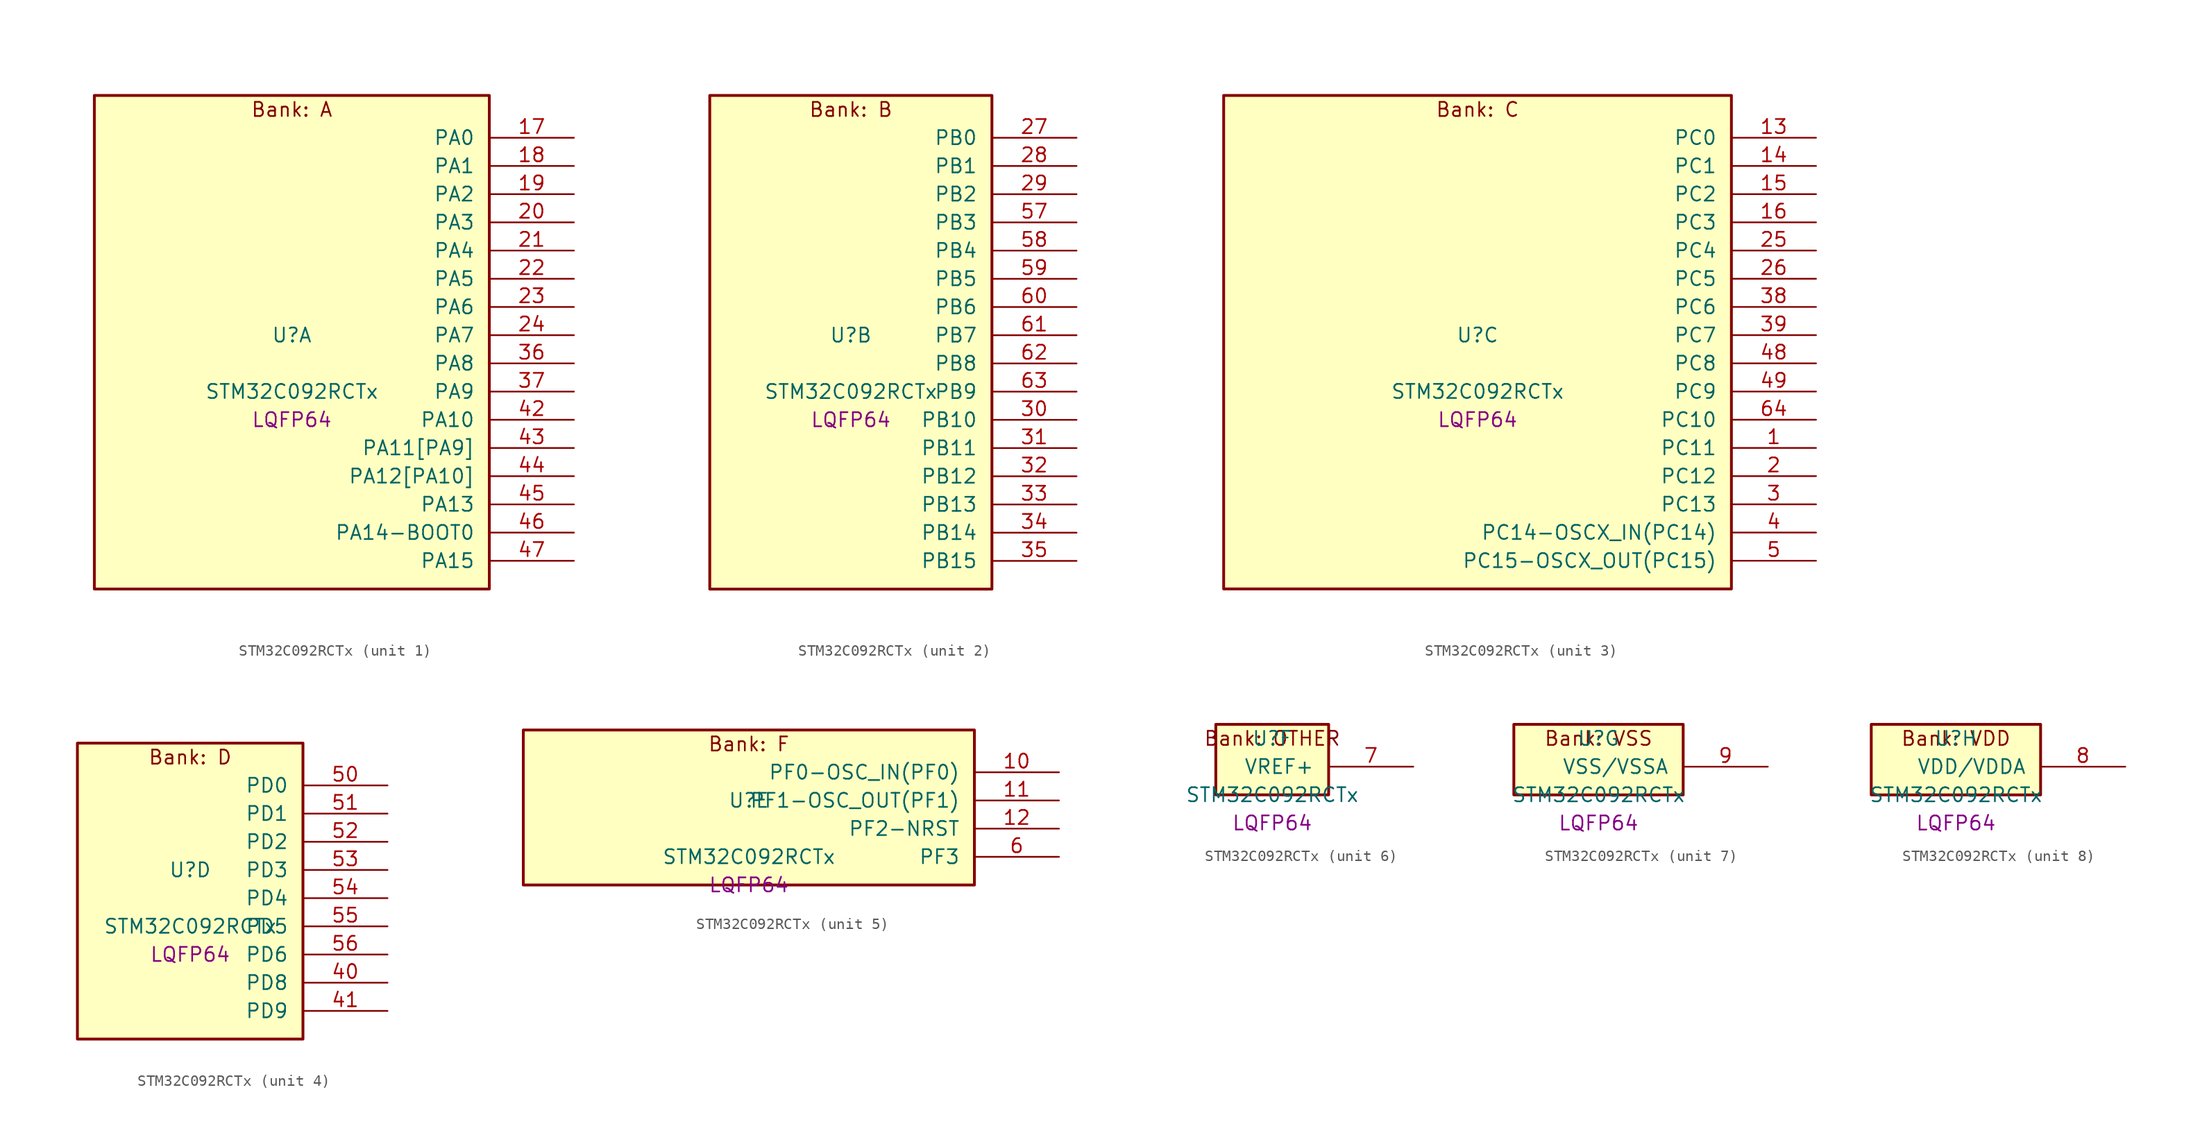
<source format=kicad_sym>
(kicad_symbol_lib
  (version 20241209)
  (generator "stm32_pkl_generator")
  (generator_version "1.0")
  (symbol "STM32C092RCTx"
    (pin_names
      (offset 1.27))
    (property "Reference" "U"
      (at 0 2.54 0))
    (property "Value" "STM32C092RCTx"
      (at 0 -2.54 0))
    (property "Footprint" "LQFP64"
      (at 0 -5.08 0))
    (symbol "STM32C092RCTx_1_1"
      (rectangle (start -17.78 24.13) (end 17.78 -20.32) (stroke (width 0.254) (type solid)) (fill (type background)))
      (text "Bank: A" (at 0 22.86 0))
      (pin bidirectional line (at 25.4 20.32 180) (length 7.62) (name "PA0") (number "17") (alternate "PA0/ADC1_IN0" bidirectional line) (alternate "PA0/PWR_WKUP1" bidirectional line) (alternate "PA0/SPI2_SCK" bidirectional line) (alternate "PA0/TIM16_CH1" bidirectional line) (alternate "PA0/TIM1_CH1" bidirectional line) (alternate "PA0/TIM2_CH1" bidirectional line) (alternate "PA0/TIM2_ETR" bidirectional line) (alternate "PA0/USART1_TX" bidirectional line) (alternate "PA0/USART2_CTS" bidirectional line) (alternate "PA0/USART2_NSS" bidirectional line) (alternate "PA0/USART4_TX" bidirectional line))
      (pin bidirectional line (at 25.4 17.78 180) (length 7.62) (name "PA1") (number "18") (alternate "PA1/ADC1_IN1" bidirectional line) (alternate "PA1/I2C1_SMBA" bidirectional line) (alternate "PA1/I2S1_CK" bidirectional line) (alternate "PA1/SPI1_SCK" bidirectional line) (alternate "PA1/TIM15_CH1N" bidirectional line) (alternate "PA1/TIM17_CH1" bidirectional line) (alternate "PA1/TIM1_CH2" bidirectional line) (alternate "PA1/TIM2_CH2" bidirectional line) (alternate "PA1/USART1_RX" bidirectional line) (alternate "PA1/USART2_CK" bidirectional line) (alternate "PA1/USART2_DE" bidirectional line) (alternate "PA1/USART2_RTS" bidirectional line) (alternate "PA1/USART4_RX" bidirectional line))
      (pin bidirectional line (at 25.4 15.24 180) (length 7.62) (name "PA2") (number "19") (alternate "PA2/ADC1_IN2" bidirectional line) (alternate "PA2/I2S1_SD" bidirectional line) (alternate "PA2/PWR_WKUP4" bidirectional line) (alternate "PA2/RCC_LSCO" bidirectional line) (alternate "PA2/SPI1_MOSI" bidirectional line) (alternate "PA2/TIM15_CH1" bidirectional line) (alternate "PA2/TIM16_CH1N" bidirectional line) (alternate "PA2/TIM1_CH3" bidirectional line) (alternate "PA2/TIM2_CH3" bidirectional line) (alternate "PA2/TIM3_ETR" bidirectional line) (alternate "PA2/USART2_TX" bidirectional line))
      (pin bidirectional line (at 25.4 12.7 180) (length 7.62) (name "PA3") (number "20") (alternate "PA3/ADC1_IN3" bidirectional line) (alternate "PA3/SPI2_MISO" bidirectional line) (alternate "PA3/TIM15_CH2" bidirectional line) (alternate "PA3/TIM1_CH1N" bidirectional line) (alternate "PA3/TIM1_CH4" bidirectional line) (alternate "PA3/TIM2_CH4" bidirectional line) (alternate "PA3/USART2_RX" bidirectional line))
      (pin bidirectional line (at 25.4 10.16 180) (length 7.62) (name "PA4") (number "21") (alternate "PA4/ADC1_IN4" bidirectional line) (alternate "PA4/I2S1_WS" bidirectional line) (alternate "PA4/RTC_OUT2" bidirectional line) (alternate "PA4/SPI1_NSS" bidirectional line) (alternate "PA4/SPI2_MOSI" bidirectional line) (alternate "PA4/TIM14_CH1" bidirectional line) (alternate "PA4/TIM17_CH1N" bidirectional line) (alternate "PA4/TIM1_CH2N" bidirectional line) (alternate "PA4/USART2_TX" bidirectional line))
      (pin bidirectional line (at 25.4 7.62 180) (length 7.62) (name "PA5") (number "22") (alternate "PA5/ADC1_IN5" bidirectional line) (alternate "PA5/I2S1_CK" bidirectional line) (alternate "PA5/SPI1_SCK" bidirectional line) (alternate "PA5/TIM1_CH1" bidirectional line) (alternate "PA5/TIM1_CH3N" bidirectional line) (alternate "PA5/TIM2_CH1" bidirectional line) (alternate "PA5/TIM2_ETR" bidirectional line) (alternate "PA5/USART2_RX" bidirectional line) (alternate "PA5/USART3_TX" bidirectional line))
      (pin bidirectional line (at 25.4 5.08 180) (length 7.62) (name "PA6") (number "23") (alternate "PA6/ADC1_IN6" bidirectional line) (alternate "PA6/I2C2_SDA" bidirectional line) (alternate "PA6/I2S1_MCK" bidirectional line) (alternate "PA6/SPI1_MISO" bidirectional line) (alternate "PA6/TIM16_CH1" bidirectional line) (alternate "PA6/TIM1_BKIN" bidirectional line) (alternate "PA6/TIM3_CH1" bidirectional line) (alternate "PA6/USART3_CTS" bidirectional line) (alternate "PA6/USART3_NSS" bidirectional line))
      (pin bidirectional line (at 25.4 2.54 180) (length 7.62) (name "PA7") (number "24") (alternate "PA7/ADC1_IN7" bidirectional line) (alternate "PA7/I2C2_SCL" bidirectional line) (alternate "PA7/I2S1_SD" bidirectional line) (alternate "PA7/SPI1_MOSI" bidirectional line) (alternate "PA7/TIM14_CH1" bidirectional line) (alternate "PA7/TIM17_CH1" bidirectional line) (alternate "PA7/TIM1_CH1N" bidirectional line) (alternate "PA7/TIM3_CH2" bidirectional line))
      (pin bidirectional line (at 25.4 0 180) (length 7.62) (name "PA8") (number "36") (alternate "PA8/ADC1_IN8" bidirectional line) (alternate "PA8/I2S1_WS" bidirectional line) (alternate "PA8/RCC_MCO" bidirectional line) (alternate "PA8/RCC_MCO_2" bidirectional line) (alternate "PA8/SPI1_NSS" bidirectional line) (alternate "PA8/SPI2_MISO" bidirectional line) (alternate "PA8/SPI2_NSS" bidirectional line) (alternate "PA8/TIM14_CH1" bidirectional line) (alternate "PA8/TIM1_CH1" bidirectional line) (alternate "PA8/TIM1_CH2N" bidirectional line) (alternate "PA8/TIM1_CH3N" bidirectional line) (alternate "PA8/TIM3_CH3" bidirectional line) (alternate "PA8/TIM3_CH4" bidirectional line) (alternate "PA8/USART1_RX" bidirectional line) (alternate "PA8/USART2_TX" bidirectional line))
      (pin bidirectional line (at 25.4 -2.54 180) (length 7.62) (name "PA9") (number "37") (alternate "PA9/I2C1_SCL" bidirectional line) (alternate "PA9/I2C2_SCL" bidirectional line) (alternate "PA9/RCC_MCO" bidirectional line) (alternate "PA9/SPI2_MISO" bidirectional line) (alternate "PA9/TIM15_BKIN" bidirectional line) (alternate "PA9/TIM1_CH2" bidirectional line) (alternate "PA9/TIM3_ETR" bidirectional line) (alternate "PA9/USART1_TX" bidirectional line) (alternate "PA9/NC" bidirectional line))
      (pin bidirectional line (at 25.4 -5.08 180) (length 7.62) (name "PA10") (number "42") (alternate "PA10/I2C1_SDA" bidirectional line) (alternate "PA10/I2C2_SDA" bidirectional line) (alternate "PA10/RCC_MCO_2" bidirectional line) (alternate "PA10/SPI2_MOSI" bidirectional line) (alternate "PA10/TIM17_BKIN" bidirectional line) (alternate "PA10/TIM1_CH3" bidirectional line) (alternate "PA10/USART1_RX" bidirectional line) (alternate "PA10/NC" bidirectional line))
      (pin bidirectional line (at 25.4 -7.62 180) (length 7.62) (name "PA11[PA9]") (number "43") (alternate "PA11[PA9]/ADC1_EXTI11" bidirectional line) (alternate "PA11[PA9]/FDCAN1_RX" bidirectional line) (alternate "PA11[PA9]/I2C2_SCL" bidirectional line) (alternate "PA11[PA9]/I2S1_MCK" bidirectional line) (alternate "PA11[PA9]/SPI1_MISO" bidirectional line) (alternate "PA11[PA9]/TIM1_BKIN2" bidirectional line) (alternate "PA11[PA9]/TIM1_CH4" bidirectional line) (alternate "PA11[PA9]/USART1_CTS" bidirectional line) (alternate "PA11[PA9]/USART1_NSS" bidirectional line) (alternate "PA11[PA9]/PA9[PA11]" bidirectional line) (alternate "PA11[PA9]/I2C1_SCL" bidirectional line) (alternate "PA11[PA9]/RCC_MCO" bidirectional line) (alternate "PA11[PA9]/SPI2_MISO" bidirectional line) (alternate "PA11[PA9]/TIM15_BKIN" bidirectional line) (alternate "PA11[PA9]/TIM1_CH2" bidirectional line) (alternate "PA11[PA9]/TIM3_ETR" bidirectional line) (alternate "PA11[PA9]/USART1_TX" bidirectional line))
      (pin bidirectional line (at 25.4 -10.16 180) (length 7.62) (name "PA12[PA10]") (number "44") (alternate "PA12[PA10]/FDCAN1_TX" bidirectional line) (alternate "PA12[PA10]/I2C2_SDA" bidirectional line) (alternate "PA12[PA10]/I2S1_SD" bidirectional line) (alternate "PA12[PA10]/I2S_CKIN" bidirectional line) (alternate "PA12[PA10]/SPI1_MOSI" bidirectional line) (alternate "PA12[PA10]/TIM1_ETR" bidirectional line) (alternate "PA12[PA10]/USART1_CK" bidirectional line) (alternate "PA12[PA10]/USART1_DE" bidirectional line) (alternate "PA12[PA10]/USART1_RTS" bidirectional line) (alternate "PA12[PA10]/PA10[PA12]" bidirectional line) (alternate "PA12[PA10]/I2C1_SDA" bidirectional line) (alternate "PA12[PA10]/RCC_MCO_2" bidirectional line) (alternate "PA12[PA10]/SPI2_MOSI" bidirectional line) (alternate "PA12[PA10]/TIM17_BKIN" bidirectional line) (alternate "PA12[PA10]/TIM1_CH3" bidirectional line) (alternate "PA12[PA10]/USART1_RX" bidirectional line))
      (pin bidirectional line (at 25.4 -12.7 180) (length 7.62) (name "PA13") (number "45") (alternate "PA13/ADC1_IN13" bidirectional line) (alternate "PA13/DEBUG_SWDIO" bidirectional line) (alternate "PA13/IR_OUT" bidirectional line) (alternate "PA13/TIM3_ETR" bidirectional line) (alternate "PA13/USART2_RX" bidirectional line))
      (pin bidirectional line (at 25.4 -15.24 180) (length 7.62) (name "PA14-BOOT0") (number "46") (alternate "PA14-BOOT0/ADC1_IN14" bidirectional line) (alternate "PA14-BOOT0/BOOT0" bidirectional line) (alternate "PA14-BOOT0/DEBUG_SWCLK" bidirectional line) (alternate "PA14-BOOT0/I2S1_WS" bidirectional line) (alternate "PA14-BOOT0/RCC_MCO_2" bidirectional line) (alternate "PA14-BOOT0/SPI1_NSS" bidirectional line) (alternate "PA14-BOOT0/TIM1_CH1" bidirectional line) (alternate "PA14-BOOT0/USART1_CK" bidirectional line) (alternate "PA14-BOOT0/USART1_DE" bidirectional line) (alternate "PA14-BOOT0/USART1_RTS" bidirectional line) (alternate "PA14-BOOT0/USART2_RX" bidirectional line) (alternate "PA14-BOOT0/USART2_TX" bidirectional line))
      (pin bidirectional line (at 25.4 -17.78 180) (length 7.62) (name "PA15") (number "47") (alternate "PA15/I2S1_WS" bidirectional line) (alternate "PA15/RCC_MCO_2" bidirectional line) (alternate "PA15/SPI1_NSS" bidirectional line) (alternate "PA15/TIM1_CH1" bidirectional line) (alternate "PA15/TIM2_CH1" bidirectional line) (alternate "PA15/TIM2_ETR" bidirectional line) (alternate "PA15/USART1_CK" bidirectional line) (alternate "PA15/USART1_DE" bidirectional line) (alternate "PA15/USART1_RTS" bidirectional line) (alternate "PA15/USART2_RX" bidirectional line) (alternate "PA15/USART3_CK" bidirectional line) (alternate "PA15/USART3_DE" bidirectional line) (alternate "PA15/USART3_RTS" bidirectional line) (alternate "PA15/USART4_CK" bidirectional line) (alternate "PA15/USART4_DE" bidirectional line) (alternate "PA15/USART4_RTS" bidirectional line)))
    (symbol "STM32C092RCTx_2_1"
      (rectangle (start -12.7 24.13) (end 12.7 -20.32) (stroke (width 0.254) (type solid)) (fill (type background)))
      (text "Bank: B" (at 0 22.86 0))
      (pin bidirectional line (at 20.32 20.32 180) (length 7.62) (name "PB0") (number "27") (alternate "PB0/ADC1_IN17" bidirectional line) (alternate "PB0/FDCAN1_RX" bidirectional line) (alternate "PB0/I2S1_WS" bidirectional line) (alternate "PB0/SPI1_NSS" bidirectional line) (alternate "PB0/TIM1_CH2N" bidirectional line) (alternate "PB0/TIM3_CH3" bidirectional line) (alternate "PB0/USART3_RX" bidirectional line))
      (pin bidirectional line (at 20.32 17.78 180) (length 7.62) (name "PB1") (number "28") (alternate "PB1/ADC1_IN18" bidirectional line) (alternate "PB1/FDCAN1_TX" bidirectional line) (alternate "PB1/TIM14_CH1" bidirectional line) (alternate "PB1/TIM1_CH2N" bidirectional line) (alternate "PB1/TIM1_CH3N" bidirectional line) (alternate "PB1/TIM3_CH4" bidirectional line) (alternate "PB1/USART3_CK" bidirectional line) (alternate "PB1/USART3_DE" bidirectional line) (alternate "PB1/USART3_RTS" bidirectional line))
      (pin bidirectional line (at 20.32 15.24 180) (length 7.62) (name "PB2") (number "29") (alternate "PB2/ADC1_IN19" bidirectional line) (alternate "PB2/RCC_MCO_2" bidirectional line) (alternate "PB2/SPI2_MISO" bidirectional line) (alternate "PB2/USART1_RX" bidirectional line) (alternate "PB2/USART3_TX" bidirectional line))
      (pin bidirectional line (at 20.32 12.7 180) (length 7.62) (name "PB3") (number "57") (alternate "PB3/I2C2_SCL" bidirectional line) (alternate "PB3/I2S1_CK" bidirectional line) (alternate "PB3/SPI1_SCK" bidirectional line) (alternate "PB3/TIM1_CH2" bidirectional line) (alternate "PB3/TIM2_CH2" bidirectional line) (alternate "PB3/TIM3_CH2" bidirectional line) (alternate "PB3/USART1_CK" bidirectional line) (alternate "PB3/USART1_DE" bidirectional line) (alternate "PB3/USART1_RTS" bidirectional line))
      (pin bidirectional line (at 20.32 10.16 180) (length 7.62) (name "PB4") (number "58") (alternate "PB4/I2C2_SDA" bidirectional line) (alternate "PB4/I2S1_MCK" bidirectional line) (alternate "PB4/SPI1_MISO" bidirectional line) (alternate "PB4/TIM17_BKIN" bidirectional line) (alternate "PB4/TIM3_CH1" bidirectional line) (alternate "PB4/USART1_CTS" bidirectional line) (alternate "PB4/USART1_NSS" bidirectional line))
      (pin bidirectional line (at 20.32 7.62 180) (length 7.62) (name "PB5") (number "59") (alternate "PB5/FDCAN1_RX" bidirectional line) (alternate "PB5/I2C1_SMBA" bidirectional line) (alternate "PB5/I2S1_SD" bidirectional line) (alternate "PB5/PWR_WKUP6" bidirectional line) (alternate "PB5/SPI1_MOSI" bidirectional line) (alternate "PB5/TIM16_BKIN" bidirectional line) (alternate "PB5/TIM3_CH2" bidirectional line) (alternate "PB5/TIM3_CH3" bidirectional line))
      (pin bidirectional line (at 20.32 5.08 180) (length 7.62) (name "PB6") (number "60") (alternate "PB6/FDCAN1_TX" bidirectional line) (alternate "PB6/I2C1_SCL" bidirectional line) (alternate "PB6/I2C1_SMBA" bidirectional line) (alternate "PB6/I2S1_CK" bidirectional line) (alternate "PB6/I2S1_MCK" bidirectional line) (alternate "PB6/I2S1_SD" bidirectional line) (alternate "PB6/PWR_WKUP3" bidirectional line) (alternate "PB6/SPI1_MISO" bidirectional line) (alternate "PB6/SPI1_MOSI" bidirectional line) (alternate "PB6/SPI1_SCK" bidirectional line) (alternate "PB6/SPI2_MISO" bidirectional line) (alternate "PB6/TIM16_BKIN" bidirectional line) (alternate "PB6/TIM16_CH1N" bidirectional line) (alternate "PB6/TIM1_CH2" bidirectional line) (alternate "PB6/TIM1_CH3" bidirectional line) (alternate "PB6/TIM3_CH1" bidirectional line) (alternate "PB6/TIM3_CH2" bidirectional line) (alternate "PB6/TIM3_CH3" bidirectional line) (alternate "PB6/USART1_CTS" bidirectional line) (alternate "PB6/USART1_NSS" bidirectional line) (alternate "PB6/USART1_TX" bidirectional line))
      (pin bidirectional line (at 20.32 2.54 180) (length 7.62) (name "PB7") (number "61") (alternate "PB7/I2C1_SCL" bidirectional line) (alternate "PB7/I2C1_SDA" bidirectional line) (alternate "PB7/SPI2_MOSI" bidirectional line) (alternate "PB7/TIM16_CH1" bidirectional line) (alternate "PB7/TIM17_CH1N" bidirectional line) (alternate "PB7/TIM1_CH4" bidirectional line) (alternate "PB7/TIM3_CH1" bidirectional line) (alternate "PB7/TIM3_CH4" bidirectional line) (alternate "PB7/USART1_RX" bidirectional line) (alternate "PB7/USART2_CTS" bidirectional line) (alternate "PB7/USART2_NSS" bidirectional line) (alternate "PB7/USART4_CTS" bidirectional line) (alternate "PB7/USART4_NSS" bidirectional line))
      (pin bidirectional line (at 20.32 0 180) (length 7.62) (name "PB8") (number "62") (alternate "PB8/FDCAN1_RX" bidirectional line) (alternate "PB8/I2C1_SCL" bidirectional line) (alternate "PB8/SPI2_SCK" bidirectional line) (alternate "PB8/TIM15_BKIN" bidirectional line) (alternate "PB8/TIM16_CH1" bidirectional line) (alternate "PB8/TIM3_CH1" bidirectional line) (alternate "PB8/USART2_CTS" bidirectional line) (alternate "PB8/USART2_NSS" bidirectional line) (alternate "PB8/USART3_TX" bidirectional line))
      (pin bidirectional line (at 20.32 -2.54 180) (length 7.62) (name "PB9") (number "63") (alternate "PB9/FDCAN1_TX" bidirectional line) (alternate "PB9/I2C1_SDA" bidirectional line) (alternate "PB9/IR_OUT" bidirectional line) (alternate "PB9/SPI2_NSS" bidirectional line) (alternate "PB9/TIM17_CH1" bidirectional line) (alternate "PB9/TIM3_CH2" bidirectional line) (alternate "PB9/USART2_CK" bidirectional line) (alternate "PB9/USART2_DE" bidirectional line) (alternate "PB9/USART2_RTS" bidirectional line) (alternate "PB9/USART3_RX" bidirectional line))
      (pin bidirectional line (at 20.32 -5.08 180) (length 7.62) (name "PB10") (number "30") (alternate "PB10/ADC1_IN20" bidirectional line) (alternate "PB10/I2C2_SCL" bidirectional line) (alternate "PB10/SPI2_SCK" bidirectional line) (alternate "PB10/TIM2_CH3" bidirectional line) (alternate "PB10/USART3_TX" bidirectional line))
      (pin bidirectional line (at 20.32 -7.62 180) (length 7.62) (name "PB11") (number "31") (alternate "PB11/ADC1_EXTI11" bidirectional line) (alternate "PB11/ADC1_IN21" bidirectional line) (alternate "PB11/I2C2_SDA" bidirectional line) (alternate "PB11/SPI2_MOSI" bidirectional line) (alternate "PB11/TIM2_CH4" bidirectional line) (alternate "PB11/USART3_RX" bidirectional line))
      (pin bidirectional line (at 20.32 -10.16 180) (length 7.62) (name "PB12") (number "32") (alternate "PB12/ADC1_IN22" bidirectional line) (alternate "PB12/FDCAN1_RX" bidirectional line) (alternate "PB12/SPI2_NSS" bidirectional line) (alternate "PB12/TIM15_BKIN" bidirectional line) (alternate "PB12/TIM1_BKIN" bidirectional line) (alternate "PB12/TIM1_BKIN2" bidirectional line))
      (pin bidirectional line (at 20.32 -12.7 180) (length 7.62) (name "PB13") (number "33") (alternate "PB13/FDCAN1_TX" bidirectional line) (alternate "PB13/I2C2_SCL" bidirectional line) (alternate "PB13/SPI2_SCK" bidirectional line) (alternate "PB13/TIM15_CH1N" bidirectional line) (alternate "PB13/TIM1_CH1N" bidirectional line) (alternate "PB13/USART3_CTS" bidirectional line) (alternate "PB13/USART3_NSS" bidirectional line))
      (pin bidirectional line (at 20.32 -15.24 180) (length 7.62) (name "PB14") (number "34") (alternate "PB14/I2C2_SDA" bidirectional line) (alternate "PB14/SPI2_MISO" bidirectional line) (alternate "PB14/TIM15_CH1" bidirectional line) (alternate "PB14/TIM1_CH2N" bidirectional line) (alternate "PB14/USART3_CK" bidirectional line) (alternate "PB14/USART3_DE" bidirectional line) (alternate "PB14/USART3_RTS" bidirectional line))
      (pin bidirectional line (at 20.32 -17.78 180) (length 7.62) (name "PB15") (number "35") (alternate "PB15/RTC_REFIN" bidirectional line) (alternate "PB15/SPI2_MOSI" bidirectional line) (alternate "PB15/TIM15_CH1N" bidirectional line) (alternate "PB15/TIM15_CH2" bidirectional line) (alternate "PB15/TIM1_CH3N" bidirectional line)))
    (symbol "STM32C092RCTx_3_1"
      (rectangle (start -22.86 24.13) (end 22.86 -20.32) (stroke (width 0.254) (type solid)) (fill (type background)))
      (text "Bank: C" (at 0 22.86 0))
      (pin bidirectional line (at 30.48 20.32 180) (length 7.62) (name "PC0") (number "13") (alternate "PC0/USART3_TX" bidirectional line) (alternate "PC0/USART4_RX" bidirectional line))
      (pin bidirectional line (at 30.48 17.78 180) (length 7.62) (name "PC1") (number "14") (alternate "PC1/TIM15_CH1" bidirectional line) (alternate "PC1/USART3_RX" bidirectional line) (alternate "PC1/USART4_TX" bidirectional line))
      (pin bidirectional line (at 30.48 15.24 180) (length 7.62) (name "PC2") (number "15") (alternate "PC2/FDCAN1_RX" bidirectional line) (alternate "PC2/SPI2_MISO" bidirectional line) (alternate "PC2/TIM15_CH2" bidirectional line))
      (pin bidirectional line (at 30.48 12.7 180) (length 7.62) (name "PC3") (number "16") (alternate "PC3/FDCAN1_TX" bidirectional line) (alternate "PC3/SPI2_MOSI" bidirectional line))
      (pin bidirectional line (at 30.48 10.16 180) (length 7.62) (name "PC4") (number "25") (alternate "PC4/ADC1_IN11" bidirectional line) (alternate "PC4/FDCAN1_RX" bidirectional line) (alternate "PC4/TIM2_CH1" bidirectional line) (alternate "PC4/TIM2_ETR" bidirectional line) (alternate "PC4/USART1_TX" bidirectional line) (alternate "PC4/USART3_TX" bidirectional line))
      (pin bidirectional line (at 30.48 7.62 180) (length 7.62) (name "PC5") (number "26") (alternate "PC5/ADC1_IN12" bidirectional line) (alternate "PC5/FDCAN1_TX" bidirectional line) (alternate "PC5/PWR_WKUP5" bidirectional line) (alternate "PC5/TIM2_CH2" bidirectional line) (alternate "PC5/USART1_RX" bidirectional line) (alternate "PC5/USART3_RX" bidirectional line))
      (pin bidirectional line (at 30.48 5.08 180) (length 7.62) (name "PC6") (number "38") (alternate "PC6/TIM2_CH3" bidirectional line) (alternate "PC6/TIM3_CH1" bidirectional line))
      (pin bidirectional line (at 30.48 2.54 180) (length 7.62) (name "PC7") (number "39") (alternate "PC7/TIM2_CH4" bidirectional line) (alternate "PC7/TIM3_CH2" bidirectional line))
      (pin bidirectional line (at 30.48 0 180) (length 7.62) (name "PC8") (number "48") (alternate "PC8/TIM1_CH1" bidirectional line) (alternate "PC8/TIM3_CH3" bidirectional line))
      (pin bidirectional line (at 30.48 -2.54 180) (length 7.62) (name "PC9") (number "49") (alternate "PC9/I2S_CKIN" bidirectional line) (alternate "PC9/TIM1_CH2" bidirectional line) (alternate "PC9/TIM3_CH4" bidirectional line))
      (pin bidirectional line (at 30.48 -5.08 180) (length 7.62) (name "PC10") (number "64") (alternate "PC10/TIM1_CH3" bidirectional line) (alternate "PC10/USART3_TX" bidirectional line) (alternate "PC10/USART4_TX" bidirectional line))
      (pin bidirectional line (at 30.48 -7.62 180) (length 7.62) (name "PC11") (number "1") (alternate "PC11/ADC1_EXTI11" bidirectional line) (alternate "PC11/TIM1_CH4" bidirectional line) (alternate "PC11/USART3_RX" bidirectional line) (alternate "PC11/USART4_RX" bidirectional line))
      (pin bidirectional line (at 30.48 -10.16 180) (length 7.62) (name "PC12") (number "2") (alternate "PC12/TIM14_CH1" bidirectional line))
      (pin bidirectional line (at 30.48 -12.7 180) (length 7.62) (name "PC13") (number "3") (alternate "PC13/PWR_WKUP2" bidirectional line) (alternate "PC13/RTC_OUT1" bidirectional line) (alternate "PC13/RTC_TS" bidirectional line) (alternate "PC13/TIM1_BKIN" bidirectional line) (alternate "PC13/TIM1_ETR" bidirectional line))
      (pin bidirectional line (at 30.48 -15.24 180) (length 7.62) (name "PC14-OSCX_IN(PC14)") (number "4") (alternate "PC14-OSCX_IN(PC14)/FDCAN1_TX" bidirectional line) (alternate "PC14-OSCX_IN(PC14)/I2C1_SDA" bidirectional line) (alternate "PC14-OSCX_IN(PC14)/IR_OUT" bidirectional line) (alternate "PC14-OSCX_IN(PC14)/RCC_OSCX_IN" bidirectional line) (alternate "PC14-OSCX_IN(PC14)/SPI2_NSS" bidirectional line) (alternate "PC14-OSCX_IN(PC14)/TIM17_CH1" bidirectional line) (alternate "PC14-OSCX_IN(PC14)/TIM1_BKIN2" bidirectional line) (alternate "PC14-OSCX_IN(PC14)/TIM1_ETR" bidirectional line) (alternate "PC14-OSCX_IN(PC14)/TIM3_CH2" bidirectional line) (alternate "PC14-OSCX_IN(PC14)/USART1_TX" bidirectional line) (alternate "PC14-OSCX_IN(PC14)/USART2_CK" bidirectional line) (alternate "PC14-OSCX_IN(PC14)/USART2_DE" bidirectional line) (alternate "PC14-OSCX_IN(PC14)/USART2_RTS" bidirectional line) (alternate "PC14-OSCX_IN(PC14)/USART3_TX" bidirectional line))
      (pin bidirectional line (at 30.48 -17.78 180) (length 7.62) (name "PC15-OSCX_OUT(PC15)") (number "5") (alternate "PC15-OSCX_OUT(PC15)/RCC_OSC32_EN" bidirectional line) (alternate "PC15-OSCX_OUT(PC15)/RCC_OSCX_OUT" bidirectional line) (alternate "PC15-OSCX_OUT(PC15)/RCC_OSC_EN" bidirectional line) (alternate "PC15-OSCX_OUT(PC15)/TIM15_BKIN" bidirectional line) (alternate "PC15-OSCX_OUT(PC15)/TIM1_ETR" bidirectional line) (alternate "PC15-OSCX_OUT(PC15)/TIM3_CH3" bidirectional line)))
    (symbol "STM32C092RCTx_4_1"
      (rectangle (start -10.16 13.97) (end 10.16 -12.7) (stroke (width 0.254) (type solid)) (fill (type background)))
      (text "Bank: D" (at 0 12.7 0))
      (pin bidirectional line (at 17.78 10.16 180) (length 7.62) (name "PD0") (number "50") (alternate "PD0/FDCAN1_RX" bidirectional line) (alternate "PD0/SPI2_NSS" bidirectional line) (alternate "PD0/TIM16_CH1" bidirectional line))
      (pin bidirectional line (at 17.78 7.62 180) (length 7.62) (name "PD1") (number "51") (alternate "PD1/FDCAN1_TX" bidirectional line) (alternate "PD1/SPI2_SCK" bidirectional line) (alternate "PD1/TIM17_CH1" bidirectional line))
      (pin bidirectional line (at 17.78 5.08 180) (length 7.62) (name "PD2") (number "52") (alternate "PD2/TIM1_CH1N" bidirectional line) (alternate "PD2/TIM3_ETR" bidirectional line) (alternate "PD2/USART3_CK" bidirectional line) (alternate "PD2/USART3_DE" bidirectional line) (alternate "PD2/USART3_RTS" bidirectional line))
      (pin bidirectional line (at 17.78 2.54 180) (length 7.62) (name "PD3") (number "53") (alternate "PD3/SPI2_MISO" bidirectional line) (alternate "PD3/TIM1_CH2N" bidirectional line) (alternate "PD3/USART2_CTS" bidirectional line) (alternate "PD3/USART2_NSS" bidirectional line))
      (pin bidirectional line (at 17.78 0 180) (length 7.62) (name "PD4") (number "54") (alternate "PD4/SPI2_MOSI" bidirectional line) (alternate "PD4/TIM1_CH3N" bidirectional line) (alternate "PD4/USART2_CK" bidirectional line) (alternate "PD4/USART2_DE" bidirectional line) (alternate "PD4/USART2_RTS" bidirectional line))
      (pin bidirectional line (at 17.78 -2.54 180) (length 7.62) (name "PD5") (number "55") (alternate "PD5/I2S1_MCK" bidirectional line) (alternate "PD5/SPI1_MISO" bidirectional line) (alternate "PD5/TIM1_BKIN" bidirectional line) (alternate "PD5/USART2_TX" bidirectional line))
      (pin bidirectional line (at 17.78 -5.08 180) (length 7.62) (name "PD6") (number "56") (alternate "PD6/I2S1_SD" bidirectional line) (alternate "PD6/SPI1_MOSI" bidirectional line) (alternate "PD6/USART2_RX" bidirectional line))
      (pin bidirectional line (at 17.78 -7.62 180) (length 7.62) (name "PD8") (number "40") (alternate "PD8/I2S1_CK" bidirectional line) (alternate "PD8/SPI1_SCK" bidirectional line) (alternate "PD8/USART3_TX" bidirectional line))
      (pin bidirectional line (at 17.78 -10.16 180) (length 7.62) (name "PD9") (number "41") (alternate "PD9/I2S1_WS" bidirectional line) (alternate "PD9/SPI1_NSS" bidirectional line) (alternate "PD9/TIM1_BKIN2" bidirectional line) (alternate "PD9/USART3_RX" bidirectional line)))
    (symbol "STM32C092RCTx_5_1"
      (rectangle (start -20.32 8.89) (end 20.32 -5.08) (stroke (width 0.254) (type solid)) (fill (type background)))
      (text "Bank: F" (at 0 7.62 0))
      (pin bidirectional line (at 27.94 5.08 180) (length 7.62) (name "PF0-OSC_IN(PF0)") (number "10") (alternate "PF0-OSC_IN(PF0)/RCC_OSC_IN" bidirectional line) (alternate "PF0-OSC_IN(PF0)/TIM14_CH1" bidirectional line))
      (pin bidirectional line (at 27.94 2.54 180) (length 7.62) (name "PF1-OSC_OUT(PF1)") (number "11") (alternate "PF1-OSC_OUT(PF1)/RCC_OSC_EN" bidirectional line) (alternate "PF1-OSC_OUT(PF1)/RCC_OSC_OUT" bidirectional line) (alternate "PF1-OSC_OUT(PF1)/TIM15_CH1N" bidirectional line))
      (pin bidirectional line (at 27.94 0 180) (length 7.62) (name "PF2-NRST") (number "12") (alternate "PF2-NRST/RCC_MCO" bidirectional line) (alternate "PF2-NRST/TIM1_CH4" bidirectional line))
      (pin bidirectional line (at 27.94 -2.54 180) (length 7.62) (name "PF3") (number "6")))
    (symbol "STM32C092RCTx_6_1"
      (rectangle (start -5.08 3.81) (end 5.08 -2.54) (stroke (width 0.254) (type solid)) (fill (type background)))
      (text "Bank: OTHER" (at 0 2.54 0))
      (pin bidirectional line (at 12.7 0 180) (length 7.62) (name "VREF+") (number "7")))
    (symbol "STM32C092RCTx_7_1"
      (rectangle (start -7.62 3.81) (end 7.62 -2.54) (stroke (width 0.254) (type solid)) (fill (type background)))
      (text "Bank: VSS" (at 0 2.54 0))
      (pin power_in line (at 15.24 0 180) (length 7.62) (name "VSS/VSSA") (number "9")))
    (symbol "STM32C092RCTx_8_1"
      (rectangle (start -7.62 3.81) (end 7.62 -2.54) (stroke (width 0.254) (type solid)) (fill (type background)))
      (text "Bank: VDD" (at 0 2.54 0))
      (pin power_in line (at 15.24 0 180) (length 7.62) (name "VDD/VDDA") (number "8")))))
</source>
